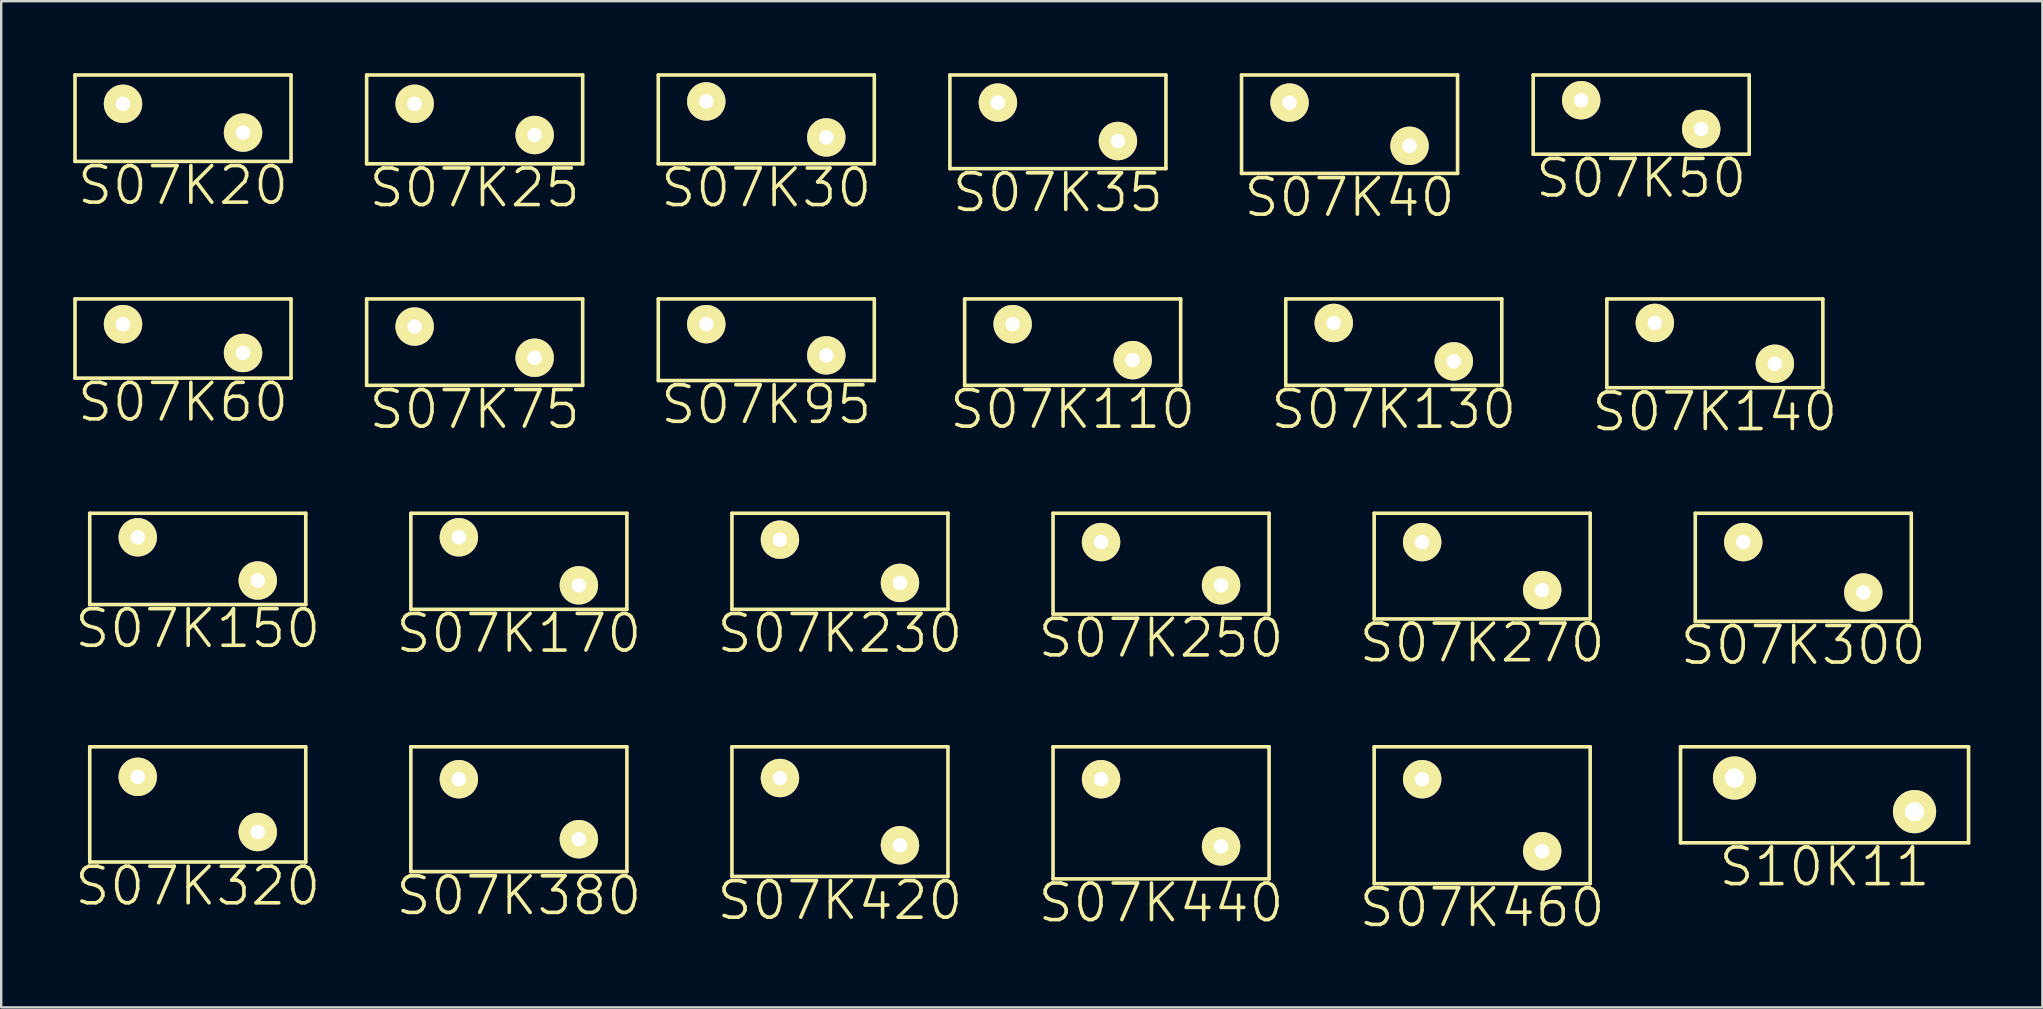
<source format=kicad_pcb>
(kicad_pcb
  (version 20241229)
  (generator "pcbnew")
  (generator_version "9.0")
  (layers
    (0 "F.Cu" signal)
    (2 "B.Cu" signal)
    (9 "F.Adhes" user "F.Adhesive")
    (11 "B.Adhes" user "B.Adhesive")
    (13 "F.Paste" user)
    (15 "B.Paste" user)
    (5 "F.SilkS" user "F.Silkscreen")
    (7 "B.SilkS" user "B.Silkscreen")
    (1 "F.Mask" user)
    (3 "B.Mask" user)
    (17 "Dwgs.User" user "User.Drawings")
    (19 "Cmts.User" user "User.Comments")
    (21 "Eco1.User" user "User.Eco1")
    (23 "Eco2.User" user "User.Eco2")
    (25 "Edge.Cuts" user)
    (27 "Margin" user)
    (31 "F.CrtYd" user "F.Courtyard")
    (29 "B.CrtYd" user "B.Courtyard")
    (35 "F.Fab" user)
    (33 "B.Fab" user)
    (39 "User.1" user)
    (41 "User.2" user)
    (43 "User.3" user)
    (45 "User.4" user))
  (footprint "S07K110"
    (layer "F.Cu")
    (at 39.139 10.455)
    (property "Reference" "S07K110" (at 2.5 3.55 0) (layer "F.SilkS") (effects (font (size 1.524 1.524) (thickness 0.15))))
    (attr through_hole)
    (fp_line (start -2 -1.05) (end -2 2.55) (stroke (width 0.15) (type solid)) (layer "F.SilkS"))
    (fp_line (start -2 -1.05) (end 7 -1.05) (stroke (width 0.15) (type solid)) (layer "F.SilkS"))
    (fp_line (start -2 2.55) (end 7 2.55) (stroke (width 0.15) (type solid)) (layer "F.SilkS"))
    (fp_line (start 7 -1.05) (end 7 2.55) (stroke (width 0.15) (type solid)) (layer "F.SilkS"))
    (pad "1" thru_hole circle (at 0 0) (size 1.6 1.6) (drill 0.6) (layers "*.Cu" "*.Mask" "F.SilkS"))
    (pad "2" thru_hole circle (at 5 1.5) (size 1.6 1.6) (drill 0.6) (layers "*.Cu" "*.Mask" "F.SilkS")))
  (footprint "S07K25"
    (layer "F.Cu")
    (at 14.225 1.275)
    (property "Reference" "S07K25" (at 2.5 3.5 0) (layer "F.SilkS") (effects (font (size 1.524 1.524) (thickness 0.15))))
    (attr through_hole)
    (fp_line (start -2 -1.2) (end -2 2.5) (stroke (width 0.15) (type solid)) (layer "F.SilkS"))
    (fp_line (start -2 -1.2) (end 7 -1.2) (stroke (width 0.15) (type solid)) (layer "F.SilkS"))
    (fp_line (start -2 2.5) (end 7 2.5) (stroke (width 0.15) (type solid)) (layer "F.SilkS"))
    (fp_line (start 7 -1.2) (end 7 2.5) (stroke (width 0.15) (type solid)) (layer "F.SilkS"))
    (pad "1" thru_hole circle (at 0 0) (size 1.6 1.6) (drill 0.6) (layers "*.Cu" "*.Mask" "F.SilkS"))
    (pad "2" thru_hole circle (at 5 1.3) (size 1.6 1.6) (drill 0.6) (layers "*.Cu" "*.Mask" "F.SilkS")))
  (footprint "S07K20"
    (layer "F.Cu")
    (at 2.075 1.275)
    (property "Reference" "S07K20" (at 2.5 3.4 0) (layer "F.SilkS") (effects (font (size 1.524 1.524) (thickness 0.15))))
    (attr through_hole)
    (fp_line (start -2 -1.2) (end -2 2.4) (stroke (width 0.15) (type solid)) (layer "F.SilkS"))
    (fp_line (start -2 -1.2) (end 7 -1.2) (stroke (width 0.15) (type solid)) (layer "F.SilkS"))
    (fp_line (start -2 2.4) (end 7 2.4) (stroke (width 0.15) (type solid)) (layer "F.SilkS"))
    (fp_line (start 7 -1.2) (end 7 2.4) (stroke (width 0.15) (type solid)) (layer "F.SilkS"))
    (pad "1" thru_hole circle (at 0 0) (size 1.6 1.6) (drill 0.6) (layers "*.Cu" "*.Mask" "F.SilkS"))
    (pad "2" thru_hole circle (at 5 1.2) (size 1.6 1.6) (drill 0.6) (layers "*.Cu" "*.Mask" "F.SilkS")))
  (footprint "S07K300"
    (layer "F.Cu")
    (at 69.578 19.535)
    (property "Reference" "S07K300" (at 2.5 4.3 0) (layer "F.SilkS") (effects (font (size 1.524 1.524) (thickness 0.15))))
    (attr through_hole)
    (fp_line (start -2 -1.2) (end -2 3.3) (stroke (width 0.15) (type solid)) (layer "F.SilkS"))
    (fp_line (start -2 -1.2) (end 7 -1.2) (stroke (width 0.15) (type solid)) (layer "F.SilkS"))
    (fp_line (start -2 3.3) (end 7 3.3) (stroke (width 0.15) (type solid)) (layer "F.SilkS"))
    (fp_line (start 7 -1.2) (end 7 3.3) (stroke (width 0.15) (type solid)) (layer "F.SilkS"))
    (pad "1" thru_hole circle (at 0 0) (size 1.6 1.6) (drill 0.6) (layers "*.Cu" "*.Mask" "F.SilkS"))
    (pad "2" thru_hole circle (at 5 2.1) (size 1.6 1.6) (drill 0.6) (layers "*.Cu" "*.Mask" "F.SilkS")))
  (footprint "S07K35"
    (layer "F.Cu")
    (at 38.525 1.225)
    (property "Reference" "S07K35" (at 2.5 3.75 0) (layer "F.SilkS") (effects (font (size 1.524 1.524) (thickness 0.15))))
    (attr through_hole)
    (fp_line (start -2 -1.15) (end -2 2.75) (stroke (width 0.15) (type solid)) (layer "F.SilkS"))
    (fp_line (start -2 -1.15) (end 7 -1.15) (stroke (width 0.15) (type solid)) (layer "F.SilkS"))
    (fp_line (start -2 2.75) (end 7 2.75) (stroke (width 0.15) (type solid)) (layer "F.SilkS"))
    (fp_line (start 7 -1.15) (end 7 2.75) (stroke (width 0.15) (type solid)) (layer "F.SilkS"))
    (pad "1" thru_hole circle (at 0 0) (size 1.6 1.6) (drill 0.6) (layers "*.Cu" "*.Mask" "F.SilkS"))
    (pad "2" thru_hole circle (at 5 1.6) (size 1.6 1.6) (drill 0.6) (layers "*.Cu" "*.Mask" "F.SilkS")))
  (footprint "S07K50"
    (layer "F.Cu")
    (at 62.825 1.125)
    (property "Reference" "S07K50" (at 2.5 3.25 0) (layer "F.SilkS") (effects (font (size 1.524 1.524) (thickness 0.15))))
    (attr through_hole)
    (fp_line (start -2 -1.05) (end -2 2.25) (stroke (width 0.15) (type solid)) (layer "F.SilkS"))
    (fp_line (start -2 -1.05) (end 7 -1.05) (stroke (width 0.15) (type solid)) (layer "F.SilkS"))
    (fp_line (start -2 2.25) (end 7 2.25) (stroke (width 0.15) (type solid)) (layer "F.SilkS"))
    (fp_line (start 7 -1.05) (end 7 2.25) (stroke (width 0.15) (type solid)) (layer "F.SilkS"))
    (pad "1" thru_hole circle (at 0 0) (size 1.6 1.6) (drill 0.6) (layers "*.Cu" "*.Mask" "F.SilkS"))
    (pad "2" thru_hole circle (at 5 1.2) (size 1.6 1.6) (drill 0.6) (layers "*.Cu" "*.Mask" "F.SilkS")))
  (footprint "S07K130"
    (layer "F.Cu")
    (at 52.517 10.405)
    (property "Reference" "S07K130" (at 2.5 3.6 0) (layer "F.SilkS") (effects (font (size 1.524 1.524) (thickness 0.15))))
    (attr through_hole)
    (fp_line (start -2 -1) (end -2 2.6) (stroke (width 0.15) (type solid)) (layer "F.SilkS"))
    (fp_line (start -2 -1) (end 7 -1) (stroke (width 0.15) (type solid)) (layer "F.SilkS"))
    (fp_line (start -2 2.6) (end 7 2.6) (stroke (width 0.15) (type solid)) (layer "F.SilkS"))
    (fp_line (start 7 -1) (end 7 2.6) (stroke (width 0.15) (type solid)) (layer "F.SilkS"))
    (pad "1" thru_hole circle (at 0 0) (size 1.6 1.6) (drill 0.6) (layers "*.Cu" "*.Mask" "F.SilkS"))
    (pad "2" thru_hole circle (at 5 1.6) (size 1.6 1.6) (drill 0.6) (layers "*.Cu" "*.Mask" "F.SilkS")))
  (footprint "S07K440"
    (layer "F.Cu")
    (at 42.822 29.414)
    (property "Reference" "S07K440" (at 2.5 5.15 0) (layer "F.SilkS") (effects (font (size 1.524 1.524) (thickness 0.15))))
    (attr through_hole)
    (fp_line (start -2 -1.35) (end -2 4.15) (stroke (width 0.15) (type solid)) (layer "F.SilkS"))
    (fp_line (start -2 -1.35) (end 7 -1.35) (stroke (width 0.15) (type solid)) (layer "F.SilkS"))
    (fp_line (start -2 4.15) (end 7 4.15) (stroke (width 0.15) (type solid)) (layer "F.SilkS"))
    (fp_line (start 7 -1.35) (end 7 4.15) (stroke (width 0.15) (type solid)) (layer "F.SilkS"))
    (pad "1" thru_hole circle (at 0 0) (size 1.6 1.6) (drill 0.6) (layers "*.Cu" "*.Mask" "F.SilkS"))
    (pad "2" thru_hole circle (at 5 2.8) (size 1.6 1.6) (drill 0.6) (layers "*.Cu" "*.Mask" "F.SilkS")))
  (footprint "S07K140"
    (layer "F.Cu")
    (at 65.894 10.405)
    (property "Reference" "S07K140" (at 2.5 3.7 0) (layer "F.SilkS") (effects (font (size 1.524 1.524) (thickness 0.15))))
    (attr through_hole)
    (fp_line (start -2 -1) (end -2 2.7) (stroke (width 0.15) (type solid)) (layer "F.SilkS"))
    (fp_line (start -2 -1) (end 7 -1) (stroke (width 0.15) (type solid)) (layer "F.SilkS"))
    (fp_line (start -2 2.7) (end 7 2.7) (stroke (width 0.15) (type solid)) (layer "F.SilkS"))
    (fp_line (start 7 -1) (end 7 2.7) (stroke (width 0.15) (type solid)) (layer "F.SilkS"))
    (pad "1" thru_hole circle (at 0 0) (size 1.6 1.6) (drill 0.6) (layers "*.Cu" "*.Mask" "F.SilkS"))
    (pad "2" thru_hole circle (at 5 1.7) (size 1.6 1.6) (drill 0.6) (layers "*.Cu" "*.Mask" "F.SilkS")))
  (footprint "S07K60"
    (layer "F.Cu")
    (at 2.075 10.455)
    (property "Reference" "S07K60" (at 2.5 3.25 0) (layer "F.SilkS") (effects (font (size 1.524 1.524) (thickness 0.15))))
    (attr through_hole)
    (fp_line (start -2 -1.05) (end -2 2.25) (stroke (width 0.15) (type solid)) (layer "F.SilkS"))
    (fp_line (start -2 -1.05) (end 7 -1.05) (stroke (width 0.15) (type solid)) (layer "F.SilkS"))
    (fp_line (start -2 2.25) (end 7 2.25) (stroke (width 0.15) (type solid)) (layer "F.SilkS"))
    (fp_line (start 7 -1.05) (end 7 2.25) (stroke (width 0.15) (type solid)) (layer "F.SilkS"))
    (pad "1" thru_hole circle (at 0 0) (size 1.6 1.6) (drill 0.6) (layers "*.Cu" "*.Mask" "F.SilkS"))
    (pad "2" thru_hole circle (at 5 1.2) (size 1.6 1.6) (drill 0.6) (layers "*.Cu" "*.Mask" "F.SilkS")))
  (footprint "S07K380"
    (layer "F.Cu")
    (at 16.067 29.414)
    (property "Reference" "S07K380" (at 2.5 4.85 0) (layer "F.SilkS") (effects (font (size 1.524 1.524) (thickness 0.15))))
    (attr through_hole)
    (fp_line (start -2 -1.35) (end -2 3.85) (stroke (width 0.15) (type solid)) (layer "F.SilkS"))
    (fp_line (start -2 -1.35) (end 7 -1.35) (stroke (width 0.15) (type solid)) (layer "F.SilkS"))
    (fp_line (start -2 3.85) (end 7 3.85) (stroke (width 0.15) (type solid)) (layer "F.SilkS"))
    (fp_line (start 7 -1.35) (end 7 3.85) (stroke (width 0.15) (type solid)) (layer "F.SilkS"))
    (pad "1" thru_hole circle (at 0 0) (size 1.6 1.6) (drill 0.6) (layers "*.Cu" "*.Mask" "F.SilkS"))
    (pad "2" thru_hole circle (at 5 2.5) (size 1.6 1.6) (drill 0.6) (layers "*.Cu" "*.Mask" "F.SilkS")))
  (footprint "S07K40"
    (layer "F.Cu")
    (at 50.675 1.225)
    (property "Reference" "S07K40" (at 2.5 3.95 0) (layer "F.SilkS") (effects (font (size 1.524 1.524) (thickness 0.15))))
    (attr through_hole)
    (fp_line (start -2 -1.15) (end -2 2.95) (stroke (width 0.15) (type solid)) (layer "F.SilkS"))
    (fp_line (start -2 -1.15) (end 7 -1.15) (stroke (width 0.15) (type solid)) (layer "F.SilkS"))
    (fp_line (start -2 2.95) (end 7 2.95) (stroke (width 0.15) (type solid)) (layer "F.SilkS"))
    (fp_line (start 7 -1.15) (end 7 2.95) (stroke (width 0.15) (type solid)) (layer "F.SilkS"))
    (pad "1" thru_hole circle (at 0 0) (size 1.6 1.6) (drill 0.6) (layers "*.Cu" "*.Mask" "F.SilkS"))
    (pad "2" thru_hole circle (at 5 1.8) (size 1.6 1.6) (drill 0.6) (layers "*.Cu" "*.Mask" "F.SilkS")))
  (footprint "S07K320"
    (layer "F.Cu")
    (at 2.689 29.314)
    (property "Reference" "S07K320" (at 2.5 4.55 0) (layer "F.SilkS") (effects (font (size 1.524 1.524) (thickness 0.15))))
    (attr through_hole)
    (fp_line (start -2 -1.25) (end -2 3.55) (stroke (width 0.15) (type solid)) (layer "F.SilkS"))
    (fp_line (start -2 -1.25) (end 7 -1.25) (stroke (width 0.15) (type solid)) (layer "F.SilkS"))
    (fp_line (start -2 3.55) (end 7 3.55) (stroke (width 0.15) (type solid)) (layer "F.SilkS"))
    (fp_line (start 7 -1.25) (end 7 3.55) (stroke (width 0.15) (type solid)) (layer "F.SilkS"))
    (pad "1" thru_hole circle (at 0 0) (size 1.6 1.6) (drill 0.6) (layers "*.Cu" "*.Mask" "F.SilkS"))
    (pad "2" thru_hole circle (at 5 2.3) (size 1.6 1.6) (drill 0.6) (layers "*.Cu" "*.Mask" "F.SilkS")))
  (footprint "S07K230"
    (layer "F.Cu")
    (at 29.444 19.435)
    (property "Reference" "S07K230" (at 2.5 3.9 0) (layer "F.SilkS") (effects (font (size 1.524 1.524) (thickness 0.15))))
    (attr through_hole)
    (fp_line (start -2 -1.1) (end -2 2.9) (stroke (width 0.15) (type solid)) (layer "F.SilkS"))
    (fp_line (start -2 -1.1) (end 7 -1.1) (stroke (width 0.15) (type solid)) (layer "F.SilkS"))
    (fp_line (start -2 2.9) (end 7 2.9) (stroke (width 0.15) (type solid)) (layer "F.SilkS"))
    (fp_line (start 7 -1.1) (end 7 2.9) (stroke (width 0.15) (type solid)) (layer "F.SilkS"))
    (pad "1" thru_hole circle (at 0 0) (size 1.6 1.6) (drill 0.6) (layers "*.Cu" "*.Mask" "F.SilkS"))
    (pad "2" thru_hole circle (at 5 1.8) (size 1.6 1.6) (drill 0.6) (layers "*.Cu" "*.Mask" "F.SilkS")))
  (footprint "S07K460"
    (layer "F.Cu")
    (at 56.2 29.414)
    (property "Reference" "S07K460" (at 2.5 5.35 0) (layer "F.SilkS") (effects (font (size 1.524 1.524) (thickness 0.15))))
    (attr through_hole)
    (fp_line (start -2 -1.35) (end -2 4.35) (stroke (width 0.15) (type solid)) (layer "F.SilkS"))
    (fp_line (start -2 -1.35) (end 7 -1.35) (stroke (width 0.15) (type solid)) (layer "F.SilkS"))
    (fp_line (start -2 4.35) (end 7 4.35) (stroke (width 0.15) (type solid)) (layer "F.SilkS"))
    (fp_line (start 7 -1.35) (end 7 4.35) (stroke (width 0.15) (type solid)) (layer "F.SilkS"))
    (pad "1" thru_hole circle (at 0 0) (size 1.6 1.6) (drill 0.6) (layers "*.Cu" "*.Mask" "F.SilkS"))
    (pad "2" thru_hole circle (at 5 3) (size 1.6 1.6) (drill 0.6) (layers "*.Cu" "*.Mask" "F.SilkS")))
  (footprint "S07K420"
    (layer "F.Cu")
    (at 29.444 29.364)
    (property "Reference" "S07K420" (at 2.5 5.1 0) (layer "F.SilkS") (effects (font (size 1.524 1.524) (thickness 0.15))))
    (attr through_hole)
    (fp_line (start -2 -1.3) (end -2 4.1) (stroke (width 0.15) (type solid)) (layer "F.SilkS"))
    (fp_line (start -2 -1.3) (end 7 -1.3) (stroke (width 0.15) (type solid)) (layer "F.SilkS"))
    (fp_line (start -2 4.1) (end 7 4.1) (stroke (width 0.15) (type solid)) (layer "F.SilkS"))
    (fp_line (start 7 -1.3) (end 7 4.1) (stroke (width 0.15) (type solid)) (layer "F.SilkS"))
    (pad "1" thru_hole circle (at 0 0) (size 1.6 1.6) (drill 0.6) (layers "*.Cu" "*.Mask" "F.SilkS"))
    (pad "2" thru_hole circle (at 5 2.8) (size 1.6 1.6) (drill 0.6) (layers "*.Cu" "*.Mask" "F.SilkS")))
  (footprint "S07K95"
    (layer "F.Cu")
    (at 26.375 10.455)
    (property "Reference" "S07K95" (at 2.5 3.35 0) (layer "F.SilkS") (effects (font (size 1.524 1.524) (thickness 0.15))))
    (attr through_hole)
    (fp_line (start -2 -1.05) (end -2 2.35) (stroke (width 0.15) (type solid)) (layer "F.SilkS"))
    (fp_line (start -2 -1.05) (end 7 -1.05) (stroke (width 0.15) (type solid)) (layer "F.SilkS"))
    (fp_line (start -2 2.35) (end 7 2.35) (stroke (width 0.15) (type solid)) (layer "F.SilkS"))
    (fp_line (start 7 -1.05) (end 7 2.35) (stroke (width 0.15) (type solid)) (layer "F.SilkS"))
    (pad "1" thru_hole circle (at 0 0) (size 1.6 1.6) (drill 0.6) (layers "*.Cu" "*.Mask" "F.SilkS"))
    (pad "2" thru_hole circle (at 5 1.3) (size 1.6 1.6) (drill 0.6) (layers "*.Cu" "*.Mask" "F.SilkS")))
  (footprint "S07K150"
    (layer "F.Cu")
    (at 2.689 19.335)
    (property "Reference" "S07K150" (at 2.5 3.8 0) (layer "F.SilkS") (effects (font (size 1.524 1.524) (thickness 0.15))))
    (attr through_hole)
    (fp_line (start -2 -1) (end -2 2.8) (stroke (width 0.15) (type solid)) (layer "F.SilkS"))
    (fp_line (start -2 -1) (end 7 -1) (stroke (width 0.15) (type solid)) (layer "F.SilkS"))
    (fp_line (start -2 2.8) (end 7 2.8) (stroke (width 0.15) (type solid)) (layer "F.SilkS"))
    (fp_line (start 7 -1) (end 7 2.8) (stroke (width 0.15) (type solid)) (layer "F.SilkS"))
    (pad "1" thru_hole circle (at 0 0) (size 1.6 1.6) (drill 0.6) (layers "*.Cu" "*.Mask" "F.SilkS"))
    (pad "2" thru_hole circle (at 5 1.8) (size 1.6 1.6) (drill 0.6) (layers "*.Cu" "*.Mask" "F.SilkS")))
  (footprint "S07K170"
    (layer "F.Cu")
    (at 16.067 19.335)
    (property "Reference" "S07K170" (at 2.5 4 0) (layer "F.SilkS") (effects (font (size 1.524 1.524) (thickness 0.15))))
    (attr through_hole)
    (fp_line (start -2 -1) (end -2 3) (stroke (width 0.15) (type solid)) (layer "F.SilkS"))
    (fp_line (start -2 -1) (end 7 -1) (stroke (width 0.15) (type solid)) (layer "F.SilkS"))
    (fp_line (start -2 3) (end 7 3) (stroke (width 0.15) (type solid)) (layer "F.SilkS"))
    (fp_line (start 7 -1) (end 7 3) (stroke (width 0.15) (type solid)) (layer "F.SilkS"))
    (pad "1" thru_hole circle (at 0 0) (size 1.6 1.6) (drill 0.6) (layers "*.Cu" "*.Mask" "F.SilkS"))
    (pad "2" thru_hole circle (at 5 2) (size 1.6 1.6) (drill 0.6) (layers "*.Cu" "*.Mask" "F.SilkS")))
  (footprint "S10K11"
    (layer "F.Cu")
    (at 69.214 29.364)
    (property "Reference" "S10K11" (at 3.75 3.7 0) (layer "F.SilkS") (effects (font (size 1.524 1.524) (thickness 0.15))))
    (attr through_hole)
    (fp_line (start -2.25 -1.3) (end -2.25 2.7) (stroke (width 0.15) (type solid)) (layer "F.SilkS"))
    (fp_line (start -2.25 -1.3) (end 9.75 -1.3) (stroke (width 0.15) (type solid)) (layer "F.SilkS"))
    (fp_line (start -2.25 2.7) (end 9.75 2.7) (stroke (width 0.15) (type solid)) (layer "F.SilkS"))
    (fp_line (start 9.75 -1.3) (end 9.75 2.7) (stroke (width 0.15) (type solid)) (layer "F.SilkS"))
    (pad "1" thru_hole circle (at 0 0) (size 1.8 1.8) (drill 0.8) (layers "*.Cu" "*.Mask" "F.SilkS"))
    (pad "2" thru_hole circle (at 7.5 1.4) (size 1.8 1.8) (drill 0.8) (layers "*.Cu" "*.Mask" "F.SilkS")))
  (footprint "S07K270"
    (layer "F.Cu")
    (at 56.2 19.535)
    (property "Reference" "S07K270" (at 2.5 4.2 0) (layer "F.SilkS") (effects (font (size 1.524 1.524) (thickness 0.15))))
    (attr through_hole)
    (fp_line (start -2 -1.2) (end -2 3.2) (stroke (width 0.15) (type solid)) (layer "F.SilkS"))
    (fp_line (start -2 -1.2) (end 7 -1.2) (stroke (width 0.15) (type solid)) (layer "F.SilkS"))
    (fp_line (start -2 3.2) (end 7 3.2) (stroke (width 0.15) (type solid)) (layer "F.SilkS"))
    (fp_line (start 7 -1.2) (end 7 3.2) (stroke (width 0.15) (type solid)) (layer "F.SilkS"))
    (pad "1" thru_hole circle (at 0 0) (size 1.6 1.6) (drill 0.6) (layers "*.Cu" "*.Mask" "F.SilkS"))
    (pad "2" thru_hole circle (at 5 2) (size 1.6 1.6) (drill 0.6) (layers "*.Cu" "*.Mask" "F.SilkS")))
  (footprint "S07K250"
    (layer "F.Cu")
    (at 42.822 19.535)
    (property "Reference" "S07K250" (at 2.5 4 0) (layer "F.SilkS") (effects (font (size 1.524 1.524) (thickness 0.15))))
    (attr through_hole)
    (fp_line (start -2 -1.2) (end -2 3) (stroke (width 0.15) (type solid)) (layer "F.SilkS"))
    (fp_line (start -2 -1.2) (end 7 -1.2) (stroke (width 0.15) (type solid)) (layer "F.SilkS"))
    (fp_line (start -2 3) (end 7 3) (stroke (width 0.15) (type solid)) (layer "F.SilkS"))
    (fp_line (start 7 -1.2) (end 7 3) (stroke (width 0.15) (type solid)) (layer "F.SilkS"))
    (pad "1" thru_hole circle (at 0 0) (size 1.6 1.6) (drill 0.6) (layers "*.Cu" "*.Mask" "F.SilkS"))
    (pad "2" thru_hole circle (at 5 1.8) (size 1.6 1.6) (drill 0.6) (layers "*.Cu" "*.Mask" "F.SilkS")))
  (footprint "S07K75"
    (layer "F.Cu")
    (at 14.225 10.555)
    (property "Reference" "S07K75" (at 2.5 3.45 0) (layer "F.SilkS") (effects (font (size 1.524 1.524) (thickness 0.15))))
    (attr through_hole)
    (fp_line (start -2 -1.15) (end -2 2.45) (stroke (width 0.15) (type solid)) (layer "F.SilkS"))
    (fp_line (start -2 -1.15) (end 7 -1.15) (stroke (width 0.15) (type solid)) (layer "F.SilkS"))
    (fp_line (start -2 2.45) (end 7 2.45) (stroke (width 0.15) (type solid)) (layer "F.SilkS"))
    (fp_line (start 7 -1.15) (end 7 2.45) (stroke (width 0.15) (type solid)) (layer "F.SilkS"))
    (pad "1" thru_hole circle (at 0 0) (size 1.6 1.6) (drill 0.6) (layers "*.Cu" "*.Mask" "F.SilkS"))
    (pad "2" thru_hole circle (at 5 1.3) (size 1.6 1.6) (drill 0.6) (layers "*.Cu" "*.Mask" "F.SilkS")))
  (footprint "S07K30"
    (layer "F.Cu")
    (at 26.375 1.175)
    (property "Reference" "S07K30" (at 2.5 3.6 0) (layer "F.SilkS") (effects (font (size 1.524 1.524) (thickness 0.15))))
    (attr through_hole)
    (fp_line (start -2 -1.1) (end -2 2.6) (stroke (width 0.15) (type solid)) (layer "F.SilkS"))
    (fp_line (start -2 -1.1) (end 7 -1.1) (stroke (width 0.15) (type solid)) (layer "F.SilkS"))
    (fp_line (start -2 2.6) (end 7 2.6) (stroke (width 0.15) (type solid)) (layer "F.SilkS"))
    (fp_line (start 7 -1.1) (end 7 2.6) (stroke (width 0.15) (type solid)) (layer "F.SilkS"))
    (pad "1" thru_hole circle (at 0 0) (size 1.6 1.6) (drill 0.6) (layers "*.Cu" "*.Mask" "F.SilkS"))
    (pad "2" thru_hole circle (at 5 1.5) (size 1.6 1.6) (drill 0.6) (layers "*.Cu" "*.Mask" "F.SilkS")))
  (gr_rect
    (start -3 -3)
    (end 82.039 38.919)
    (stroke (width 0.1) (type default))
    (fill no)
    (layer "Edge.Cuts")))
</source>
